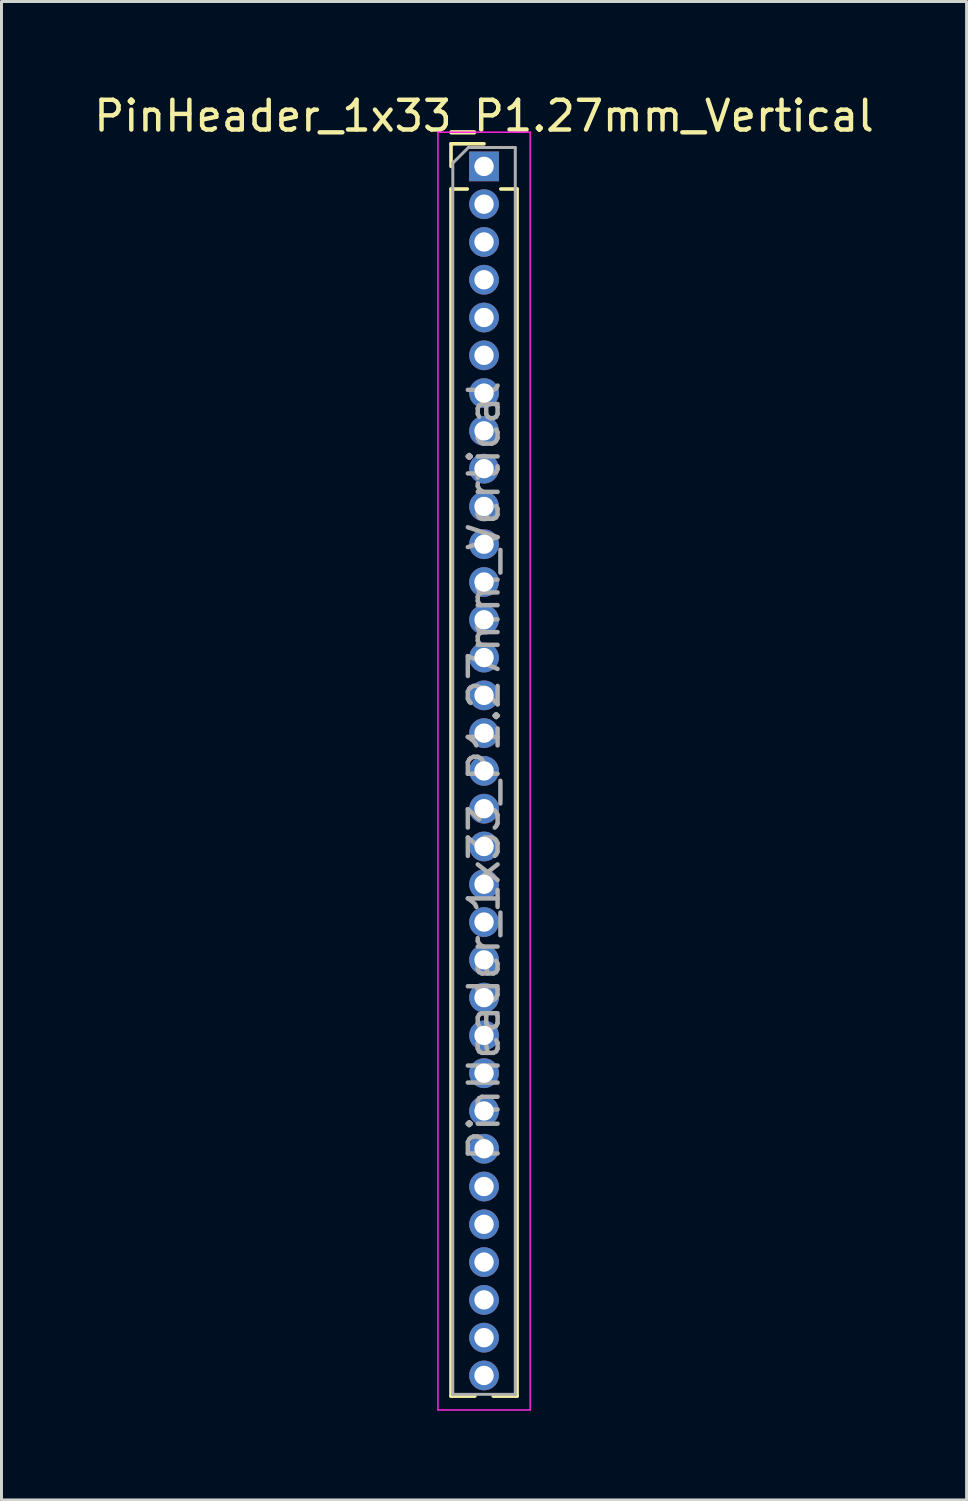
<source format=kicad_pcb>
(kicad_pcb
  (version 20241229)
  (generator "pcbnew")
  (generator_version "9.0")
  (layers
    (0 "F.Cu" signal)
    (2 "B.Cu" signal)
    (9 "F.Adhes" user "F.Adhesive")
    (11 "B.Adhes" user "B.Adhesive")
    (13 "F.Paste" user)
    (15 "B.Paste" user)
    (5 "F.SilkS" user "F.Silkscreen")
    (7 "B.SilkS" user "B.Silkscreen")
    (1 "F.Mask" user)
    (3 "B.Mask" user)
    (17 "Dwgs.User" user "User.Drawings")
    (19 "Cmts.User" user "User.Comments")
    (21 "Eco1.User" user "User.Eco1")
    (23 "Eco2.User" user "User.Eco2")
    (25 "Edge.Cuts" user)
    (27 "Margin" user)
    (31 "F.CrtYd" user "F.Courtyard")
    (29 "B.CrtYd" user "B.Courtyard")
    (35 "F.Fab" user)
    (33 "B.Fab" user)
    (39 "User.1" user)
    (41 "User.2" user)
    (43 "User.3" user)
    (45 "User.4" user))
  (footprint "PinHeader_1x33_P1.27mm_Vertical"
    (layer "F.Cu")
    (at 13.22 2.543)
    (property "Reference" "PinHeader_1x33_P1.27mm_Vertical" (at 0 -1.695 0) (layer "F.SilkS") (effects (font (size 1 1) (thickness 0.15))))
    (attr through_hole)
    (fp_line (start -1.11 -0.76) (end 0 -0.76) (stroke (width 0.12) (type solid)) (layer "F.SilkS"))
    (fp_line (start -1.11 0) (end -1.11 -0.76) (stroke (width 0.12) (type solid)) (layer "F.SilkS"))
    (fp_line (start -1.11 0.76) (end -1.11 41.335) (stroke (width 0.12) (type solid)) (layer "F.SilkS"))
    (fp_line (start -1.11 0.76) (end -0.563 0.76) (stroke (width 0.12) (type solid)) (layer "F.SilkS"))
    (fp_line (start -1.11 41.335) (end -0.308 41.335) (stroke (width 0.12) (type solid)) (layer "F.SilkS"))
    (fp_line (start 0.308 41.335) (end 1.11 41.335) (stroke (width 0.12) (type solid)) (layer "F.SilkS"))
    (fp_line (start 0.563 0.76) (end 1.11 0.76) (stroke (width 0.12) (type solid)) (layer "F.SilkS"))
    (fp_line (start 1.11 0.76) (end 1.11 41.335) (stroke (width 0.12) (type solid)) (layer "F.SilkS"))
    (fp_line (start -1.55 -1.15) (end -1.55 41.8) (stroke (width 0.05) (type solid)) (layer "F.CrtYd"))
    (fp_line (start -1.55 41.8) (end 1.55 41.8) (stroke (width 0.05) (type solid)) (layer "F.CrtYd"))
    (fp_line (start 1.55 -1.15) (end -1.55 -1.15) (stroke (width 0.05) (type solid)) (layer "F.CrtYd"))
    (fp_line (start 1.55 41.8) (end 1.55 -1.15) (stroke (width 0.05) (type solid)) (layer "F.CrtYd"))
    (fp_line (start -1.05 -0.11) (end -0.525 -0.635) (stroke (width 0.1) (type solid)) (layer "F.Fab"))
    (fp_line (start -1.05 41.275) (end -1.05 -0.11) (stroke (width 0.1) (type solid)) (layer "F.Fab"))
    (fp_line (start -0.525 -0.635) (end 1.05 -0.635) (stroke (width 0.1) (type solid)) (layer "F.Fab"))
    (fp_line (start 1.05 -0.635) (end 1.05 41.275) (stroke (width 0.1) (type solid)) (layer "F.Fab"))
    (fp_line (start 1.05 41.275) (end -1.05 41.275) (stroke (width 0.1) (type solid)) (layer "F.Fab"))
    (fp_text user "${REFERENCE}" (at 0 20.32 90) (layer "F.Fab") (effects (font (size 1 1) (thickness 0.15))))
    (pad "1" thru_hole rect (at 0 0) (size 1 1) (drill 0.65) (layers "*.Cu" "*.Mask"))
    (pad "2" thru_hole oval (at 0 1.27) (size 1 1) (drill 0.65) (layers "*.Cu" "*.Mask"))
    (pad "3" thru_hole oval (at 0 2.54) (size 1 1) (drill 0.65) (layers "*.Cu" "*.Mask"))
    (pad "4" thru_hole oval (at 0 3.81) (size 1 1) (drill 0.65) (layers "*.Cu" "*.Mask"))
    (pad "5" thru_hole oval (at 0 5.08) (size 1 1) (drill 0.65) (layers "*.Cu" "*.Mask"))
    (pad "6" thru_hole oval (at 0 6.35) (size 1 1) (drill 0.65) (layers "*.Cu" "*.Mask"))
    (pad "7" thru_hole oval (at 0 7.62) (size 1 1) (drill 0.65) (layers "*.Cu" "*.Mask"))
    (pad "8" thru_hole oval (at 0 8.89) (size 1 1) (drill 0.65) (layers "*.Cu" "*.Mask"))
    (pad "9" thru_hole oval (at 0 10.16) (size 1 1) (drill 0.65) (layers "*.Cu" "*.Mask"))
    (pad "10" thru_hole oval (at 0 11.43) (size 1 1) (drill 0.65) (layers "*.Cu" "*.Mask"))
    (pad "11" thru_hole oval (at 0 12.7) (size 1 1) (drill 0.65) (layers "*.Cu" "*.Mask"))
    (pad "12" thru_hole oval (at 0 13.97) (size 1 1) (drill 0.65) (layers "*.Cu" "*.Mask"))
    (pad "13" thru_hole oval (at 0 15.24) (size 1 1) (drill 0.65) (layers "*.Cu" "*.Mask"))
    (pad "14" thru_hole oval (at 0 16.51) (size 1 1) (drill 0.65) (layers "*.Cu" "*.Mask"))
    (pad "15" thru_hole oval (at 0 17.78) (size 1 1) (drill 0.65) (layers "*.Cu" "*.Mask"))
    (pad "16" thru_hole oval (at 0 19.05) (size 1 1) (drill 0.65) (layers "*.Cu" "*.Mask"))
    (pad "17" thru_hole oval (at 0 20.32) (size 1 1) (drill 0.65) (layers "*.Cu" "*.Mask"))
    (pad "18" thru_hole oval (at 0 21.59) (size 1 1) (drill 0.65) (layers "*.Cu" "*.Mask"))
    (pad "19" thru_hole oval (at 0 22.86) (size 1 1) (drill 0.65) (layers "*.Cu" "*.Mask"))
    (pad "20" thru_hole oval (at 0 24.13) (size 1 1) (drill 0.65) (layers "*.Cu" "*.Mask"))
    (pad "21" thru_hole oval (at 0 25.4) (size 1 1) (drill 0.65) (layers "*.Cu" "*.Mask"))
    (pad "22" thru_hole oval (at 0 26.67) (size 1 1) (drill 0.65) (layers "*.Cu" "*.Mask"))
    (pad "23" thru_hole oval (at 0 27.94) (size 1 1) (drill 0.65) (layers "*.Cu" "*.Mask"))
    (pad "24" thru_hole oval (at 0 29.21) (size 1 1) (drill 0.65) (layers "*.Cu" "*.Mask"))
    (pad "25" thru_hole oval (at 0 30.48) (size 1 1) (drill 0.65) (layers "*.Cu" "*.Mask"))
    (pad "26" thru_hole oval (at 0 31.75) (size 1 1) (drill 0.65) (layers "*.Cu" "*.Mask"))
    (pad "27" thru_hole oval (at 0 33.02) (size 1 1) (drill 0.65) (layers "*.Cu" "*.Mask"))
    (pad "28" thru_hole oval (at 0 34.29) (size 1 1) (drill 0.65) (layers "*.Cu" "*.Mask"))
    (pad "29" thru_hole oval (at 0 35.56) (size 1 1) (drill 0.65) (layers "*.Cu" "*.Mask"))
    (pad "30" thru_hole oval (at 0 36.83) (size 1 1) (drill 0.65) (layers "*.Cu" "*.Mask"))
    (pad "31" thru_hole oval (at 0 38.1) (size 1 1) (drill 0.65) (layers "*.Cu" "*.Mask"))
    (pad "32" thru_hole oval (at 0 39.37) (size 1 1) (drill 0.65) (layers "*.Cu" "*.Mask"))
    (pad "33" thru_hole oval (at 0 40.64) (size 1 1) (drill 0.65) (layers "*.Cu" "*.Mask")))
  (gr_rect
    (start -3 -3)
    (end 29.44 47.368)
    (stroke (width 0.1) (type default))
    (fill no)
    (layer "Edge.Cuts")))
</source>
